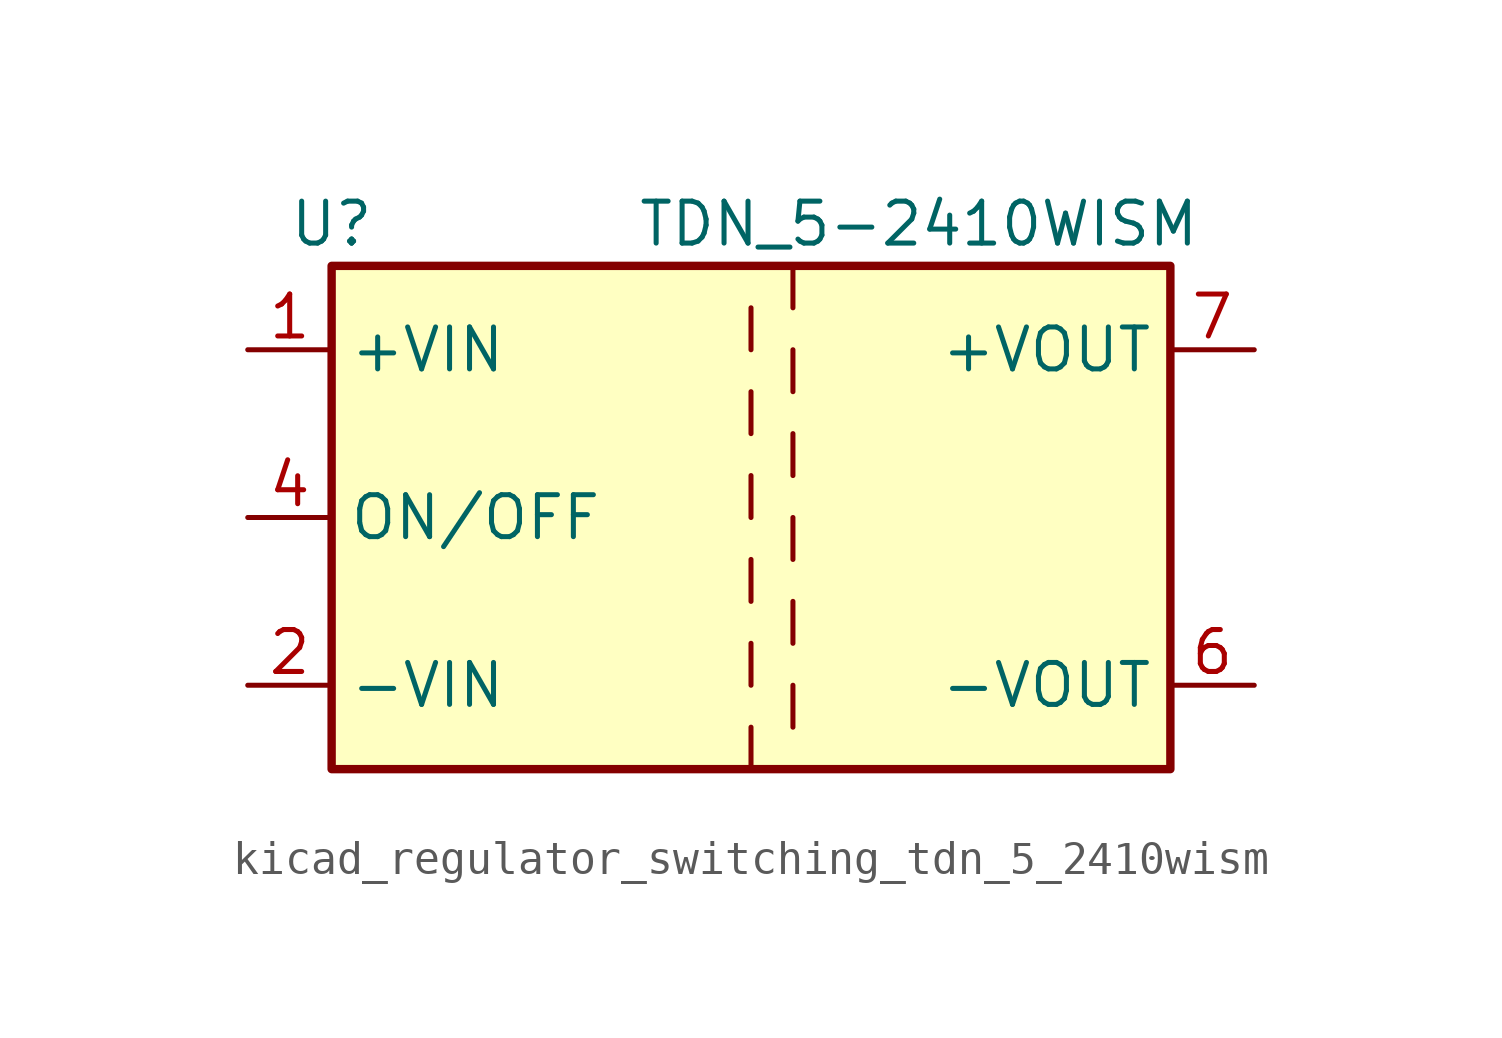
<source format=kicad_sym>
(kicad_symbol_lib
  (version 20220914)
  (generator kicad_symbol_editor)
  (symbol "kicad_regulator_switching_tdn_5_2410wism"
    (property "Reference" "U"
      (at -12.7 8.89 0)
      (effects (font (size 1.27 1.27))))
    (property "Value" "TDN_5-2410WISM"
      (at 5.08 8.89 0)
      (effects (font (size 1.27 1.27))))
    (symbol "kicad_regulator_switching_tdn_5_2410wism_0_1"
      (rectangle (start -12.7 7.62) (end 12.7 -7.62) (stroke (width 0.254) (type default)) (fill (type background))))
    (symbol "kicad_regulator_switching_tdn_5_2410wism_1_1"
      (polyline (pts (xy 0 -6.35) (xy 0 -7.62)) (stroke (width 0) (type default)) (fill (type none)))
      (polyline (pts (xy 0 -3.81) (xy 0 -5.08)) (stroke (width 0) (type default)) (fill (type none)))
      (polyline (pts (xy 0 -1.27) (xy 0 -2.54)) (stroke (width 0) (type default)) (fill (type none)))
      (polyline (pts (xy 0 1.27) (xy 0 0)) (stroke (width 0) (type default)) (fill (type none)))
      (polyline (pts (xy 0 3.81) (xy 0 2.54)) (stroke (width 0) (type default)) (fill (type none)))
      (polyline (pts (xy 0 6.35) (xy 0 5.08)) (stroke (width 0) (type default)) (fill (type none)))
      (polyline (pts (xy 1.27 -5.08) (xy 1.27 -6.35)) (stroke (width 0) (type default)) (fill (type none)))
      (polyline (pts (xy 1.27 -2.54) (xy 1.27 -3.81)) (stroke (width 0) (type default)) (fill (type none)))
      (polyline (pts (xy 1.27 0) (xy 1.27 -1.27)) (stroke (width 0) (type default)) (fill (type none)))
      (polyline (pts (xy 1.27 2.54) (xy 1.27 1.27)) (stroke (width 0) (type default)) (fill (type none)))
      (polyline (pts (xy 1.27 5.08) (xy 1.27 3.81)) (stroke (width 0) (type default)) (fill (type none)))
      (polyline (pts (xy 1.27 7.62) (xy 1.27 6.35)) (stroke (width 0) (type default)) (fill (type none)))
      (pin power_in line (at -15.24 5.08 0) (length 2.54) (name "+VIN" (effects (font (size 1.27 1.27)))) (number "1" (effects (font (size 1.27 1.27)))))
      (pin power_in line (at -15.24 -5.08 0) (length 2.54) (name "-VIN" (effects (font (size 1.27 1.27)))) (number "2" (effects (font (size 1.27 1.27)))))
      (pin input line (at -15.24 0 0) (length 2.54) (name "ON/OFF" (effects (font (size 1.27 1.27)))) (number "4" (effects (font (size 1.27 1.27)))))
      (pin no_connect line (at 12.7 2.54 180) (length 2.54) hide (name "NC" (effects (font (size 1.27 1.27)))) (number "5" (effects (font (size 1.27 1.27)))))
      (pin power_out line (at 15.24 -5.08 180) (length 2.54) (name "-VOUT" (effects (font (size 1.27 1.27)))) (number "6" (effects (font (size 1.27 1.27)))))
      (pin power_out line (at 15.24 5.08 180) (length 2.54) (name "+VOUT" (effects (font (size 1.27 1.27)))) (number "7" (effects (font (size 1.27 1.27))))))))
</source>
